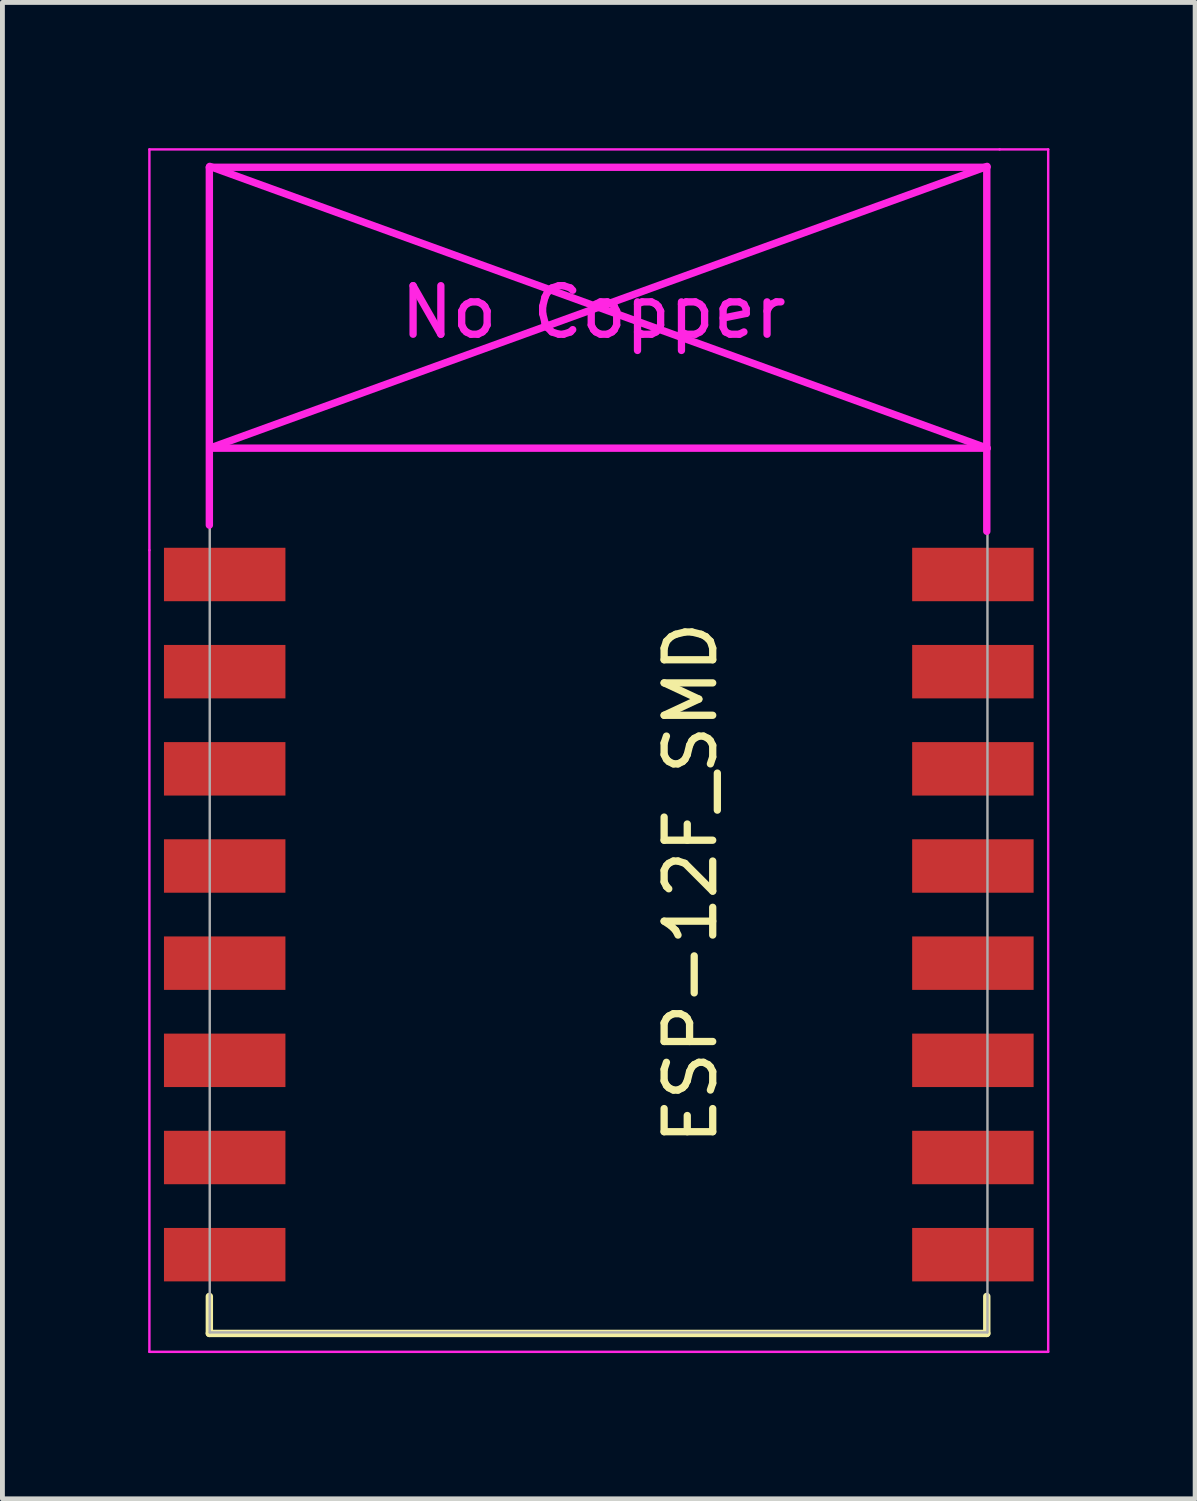
<source format=kicad_pcb>
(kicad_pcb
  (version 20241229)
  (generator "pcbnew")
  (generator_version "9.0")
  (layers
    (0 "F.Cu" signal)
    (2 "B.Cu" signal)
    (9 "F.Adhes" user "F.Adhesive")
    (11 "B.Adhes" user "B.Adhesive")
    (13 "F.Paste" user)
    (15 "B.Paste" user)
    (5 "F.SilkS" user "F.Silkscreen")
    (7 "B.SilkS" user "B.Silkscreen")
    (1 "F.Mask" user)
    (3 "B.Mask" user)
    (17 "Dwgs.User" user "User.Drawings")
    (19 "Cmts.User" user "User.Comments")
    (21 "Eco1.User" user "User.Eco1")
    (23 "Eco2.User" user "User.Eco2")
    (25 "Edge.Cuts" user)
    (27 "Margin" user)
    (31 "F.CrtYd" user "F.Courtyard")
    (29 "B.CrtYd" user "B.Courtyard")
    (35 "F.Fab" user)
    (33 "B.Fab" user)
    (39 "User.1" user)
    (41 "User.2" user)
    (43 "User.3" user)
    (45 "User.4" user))
  (footprint "ESP-12F_SMD"
    (layer "F.Cu")
    (at 2.275 8.775)
    (property "Reference" "ESP-12F_SMD" (at 8.89 6.35 90) (layer "F.SilkS") (effects (font (size 1 1) (thickness 0.15))))
    (attr through_hole)
    (fp_line (start -1.016 14.859) (end -1.016 15.621) (stroke (width 0.152) (type solid)) (layer "F.SilkS"))
    (fp_line (start -1.016 15.621) (end 14.986 15.621) (stroke (width 0.152) (type solid)) (layer "F.SilkS"))
    (fp_line (start 14.986 15.621) (end 14.986 14.859) (stroke (width 0.152) (type solid)) (layer "F.SilkS"))
    (fp_line (start -2.25 -8.75) (end 15.25 -8.75) (stroke (width 0.05) (type solid)) (layer "F.CrtYd"))
    (fp_line (start -2.25 -0.5) (end -2.25 -8.75) (stroke (width 0.05) (type solid)) (layer "F.CrtYd"))
    (fp_line (start -2.25 16) (end -2.25 -0.5) (stroke (width 0.05) (type solid)) (layer "F.CrtYd"))
    (fp_line (start -1.016 -8.382) (end -1.016 -1.016) (stroke (width 0.152) (type solid)) (layer "F.CrtYd"))
    (fp_line (start -1.016 -8.382) (end 14.986 -8.382) (stroke (width 0.152) (type solid)) (layer "F.CrtYd"))
    (fp_line (start -1.008 -8.4) (end 14.992 -2.6) (stroke (width 0.152) (type solid)) (layer "F.CrtYd"))
    (fp_line (start -1.008 -2.6) (end 14.992 -2.6) (stroke (width 0.152) (type solid)) (layer "F.CrtYd"))
    (fp_line (start 14.986 -8.382) (end 14.986 -0.889) (stroke (width 0.152) (type solid)) (layer "F.CrtYd"))
    (fp_line (start 14.992 -8.4) (end -1.008 -2.6) (stroke (width 0.152) (type solid)) (layer "F.CrtYd"))
    (fp_line (start 15.25 -8.75) (end 16.25 -8.75) (stroke (width 0.05) (type solid)) (layer "F.CrtYd"))
    (fp_line (start 16.25 -8.75) (end 16.25 16) (stroke (width 0.05) (type solid)) (layer "F.CrtYd"))
    (fp_line (start 16.25 16) (end -2.25 16) (stroke (width 0.05) (type solid)) (layer "F.CrtYd"))
    (fp_line (start -1.008 -8.4) (end 14.992 -8.4) (stroke (width 0.05) (type solid)) (layer "F.Fab"))
    (fp_line (start -1.008 15.6) (end -1.008 -8.4) (stroke (width 0.05) (type solid)) (layer "F.Fab"))
    (fp_line (start 14.992 15.6) (end -1.008 15.6) (stroke (width 0.05) (type solid)) (layer "F.Fab"))
    (fp_line (start 15 -8.4) (end 15 15.6) (stroke (width 0.05) (type solid)) (layer "F.Fab"))
    (fp_text user "No Copper" (at 6.892 -5.4 0) (layer "F.CrtYd") (effects (font (size 1 1) (thickness 0.15))))
    (pad "1" smd rect (at 0 0) (size 2.5 1.1) (drill (offset -0.7 0)) (layers "F.Cu" "F.Mask" "F.Paste"))
    (pad "2" smd rect (at 0 2) (size 2.5 1.1) (drill (offset -0.7 0)) (layers "F.Cu" "F.Mask" "F.Paste"))
    (pad "3" smd rect (at 0 4) (size 2.5 1.1) (drill (offset -0.7 0)) (layers "F.Cu" "F.Mask" "F.Paste"))
    (pad "4" smd rect (at 0 6) (size 2.5 1.1) (drill (offset -0.7 0)) (layers "F.Cu" "F.Mask" "F.Paste"))
    (pad "5" smd rect (at 0 8) (size 2.5 1.1) (drill (offset -0.7 0)) (layers "F.Cu" "F.Mask" "F.Paste"))
    (pad "6" smd rect (at 0 10) (size 2.5 1.1) (drill (offset -0.7 0)) (layers "F.Cu" "F.Mask" "F.Paste"))
    (pad "7" smd rect (at 0 12) (size 2.5 1.1) (drill (offset -0.7 0)) (layers "F.Cu" "F.Mask" "F.Paste"))
    (pad "8" smd rect (at 0 14) (size 2.5 1.1) (drill (offset -0.7 0)) (layers "F.Cu" "F.Mask" "F.Paste"))
    (pad "9" smd rect (at 14 14) (size 2.5 1.1) (drill (offset 0.7 0)) (layers "F.Cu" "F.Mask" "F.Paste"))
    (pad "10" smd rect (at 14 12) (size 2.5 1.1) (drill (offset 0.7 0)) (layers "F.Cu" "F.Mask" "F.Paste"))
    (pad "11" smd rect (at 14 10) (size 2.5 1.1) (drill (offset 0.7 0)) (layers "F.Cu" "F.Mask" "F.Paste"))
    (pad "12" smd rect (at 14 8) (size 2.5 1.1) (drill (offset 0.7 0)) (layers "F.Cu" "F.Mask" "F.Paste"))
    (pad "13" smd rect (at 14 6) (size 2.5 1.1) (drill (offset 0.7 0)) (layers "F.Cu" "F.Mask" "F.Paste"))
    (pad "14" smd rect (at 14 4) (size 2.5 1.1) (drill (offset 0.7 0)) (layers "F.Cu" "F.Mask" "F.Paste"))
    (pad "15" smd rect (at 14 2) (size 2.5 1.1) (drill (offset 0.7 0)) (layers "F.Cu" "F.Mask" "F.Paste"))
    (pad "16" smd rect (at 14 0) (size 2.5 1.1) (drill (offset 0.7 0)) (layers "F.Cu" "F.Mask" "F.Paste")))
  (gr_rect
    (start -3 -3)
    (end 21.55 27.8)
    (stroke (width 0.1) (type default))
    (fill no)
    (layer "Edge.Cuts")))
</source>
